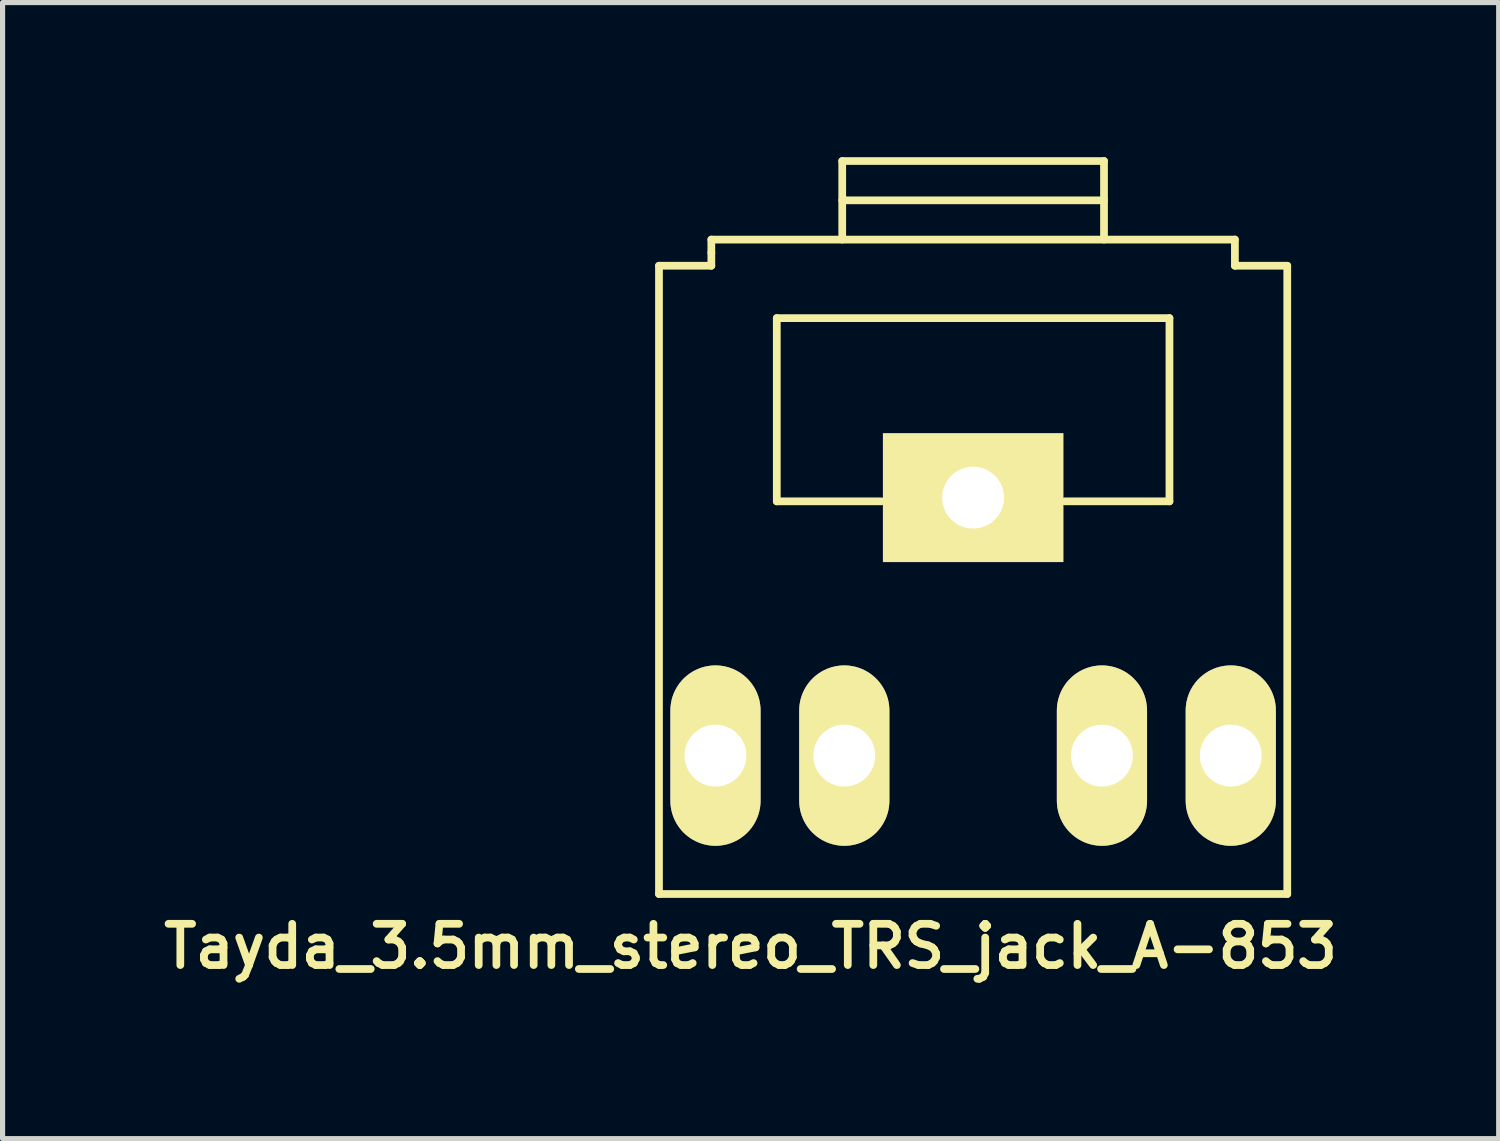
<source format=kicad_pcb>
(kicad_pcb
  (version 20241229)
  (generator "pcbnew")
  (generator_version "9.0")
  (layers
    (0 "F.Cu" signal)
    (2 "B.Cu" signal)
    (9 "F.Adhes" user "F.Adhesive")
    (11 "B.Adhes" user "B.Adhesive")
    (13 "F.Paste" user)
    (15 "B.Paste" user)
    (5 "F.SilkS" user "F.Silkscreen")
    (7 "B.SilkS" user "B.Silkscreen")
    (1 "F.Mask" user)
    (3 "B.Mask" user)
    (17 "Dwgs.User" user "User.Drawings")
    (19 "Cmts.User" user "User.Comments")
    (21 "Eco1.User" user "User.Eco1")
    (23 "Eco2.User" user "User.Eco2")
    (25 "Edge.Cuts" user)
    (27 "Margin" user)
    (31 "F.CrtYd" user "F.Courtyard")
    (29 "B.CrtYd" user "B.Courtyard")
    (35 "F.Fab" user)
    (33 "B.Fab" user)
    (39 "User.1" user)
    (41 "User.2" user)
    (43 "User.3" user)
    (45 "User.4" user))
  (footprint "Tayda_3.5mm_stereo_TRS_jack_A-853"
    (layer "F.Cu")
    (at 15.834 8.203)
    (property "Reference" "Tayda_3.5mm_stereo_TRS_jack_A-853" (at -4.318 7.112 0) (layer "F.SilkS") (effects (font (size 0.8 0.8) (thickness 0.15))))
    (attr through_hole)
    (fp_line (start -6.096 6.096) (end -6.096 -6.096) (stroke (width 0.15) (type solid)) (layer "F.SilkS"))
    (fp_line (start -5.08 -6.604) (end 5.08 -6.604) (stroke (width 0.15) (type solid)) (layer "F.SilkS"))
    (fp_line (start -5.08 -6.35) (end -5.08 -6.604) (stroke (width 0.15) (type solid)) (layer "F.SilkS"))
    (fp_line (start -5.08 -6.096) (end -6.096 -6.096) (stroke (width 0.15) (type solid)) (layer "F.SilkS"))
    (fp_line (start -5.08 -6.096) (end -5.08 -6.35) (stroke (width 0.15) (type solid)) (layer "F.SilkS"))
    (fp_line (start -3.81 -5.08) (end 3.81 -5.08) (stroke (width 0.15) (type solid)) (layer "F.SilkS"))
    (fp_line (start -3.81 -1.524) (end -3.81 -5.08) (stroke (width 0.15) (type solid)) (layer "F.SilkS"))
    (fp_line (start -2.54 -8.128) (end -2.54 -6.604) (stroke (width 0.15) (type solid)) (layer "F.SilkS"))
    (fp_line (start -2.54 -8.128) (end 2.54 -8.128) (stroke (width 0.15) (type solid)) (layer "F.SilkS"))
    (fp_line (start -2.54 -7.366) (end 2.54 -7.366) (stroke (width 0.15) (type solid)) (layer "F.SilkS"))
    (fp_line (start -1.778 -1.524) (end -3.81 -1.524) (stroke (width 0.15) (type solid)) (layer "F.SilkS"))
    (fp_line (start 2.54 -6.604) (end 2.54 -8.128) (stroke (width 0.15) (type solid)) (layer "F.SilkS"))
    (fp_line (start 3.81 -5.08) (end 3.81 -1.524) (stroke (width 0.15) (type solid)) (layer "F.SilkS"))
    (fp_line (start 3.81 -1.524) (end 1.778 -1.524) (stroke (width 0.15) (type solid)) (layer "F.SilkS"))
    (fp_line (start 5.08 -6.604) (end 5.08 -6.096) (stroke (width 0.15) (type solid)) (layer "F.SilkS"))
    (fp_line (start 6.096 -6.096) (end 5.08 -6.096) (stroke (width 0.15) (type solid)) (layer "F.SilkS"))
    (fp_line (start 6.096 -6.096) (end 6.096 6.096) (stroke (width 0.15) (type solid)) (layer "F.SilkS"))
    (fp_line (start 6.096 6.096) (end -6.096 6.096) (stroke (width 0.15) (type solid)) (layer "F.SilkS"))
    (pad "1" thru_hole rect (at 0 -1.596) (size 3.5 2.5) (drill 1.2) (layers "*.Cu" "*.Mask" "F.SilkS"))
    (pad "2" thru_hole oval (at 5 3.41) (size 1.75 3.5) (drill 1.2) (layers "*.Cu" "*.Mask" "F.SilkS"))
    (pad "3" thru_hole oval (at 2.5 3.41) (size 1.75 3.5) (drill 1.2) (layers "*.Cu" "*.Mask" "F.SilkS"))
    (pad "4" thru_hole oval (at -2.5 3.41) (size 1.75 3.5) (drill 1.2) (layers "*.Cu" "*.Mask" "F.SilkS"))
    (pad "5" thru_hole oval (at -5 3.41) (size 1.75 3.5) (drill 1.2) (layers "*.Cu" "*.Mask" "F.SilkS")))
  (gr_rect
    (start -3 -3)
    (end 26.033 19.046)
    (stroke (width 0.1) (type default))
    (fill no)
    (layer "Edge.Cuts")))
</source>
